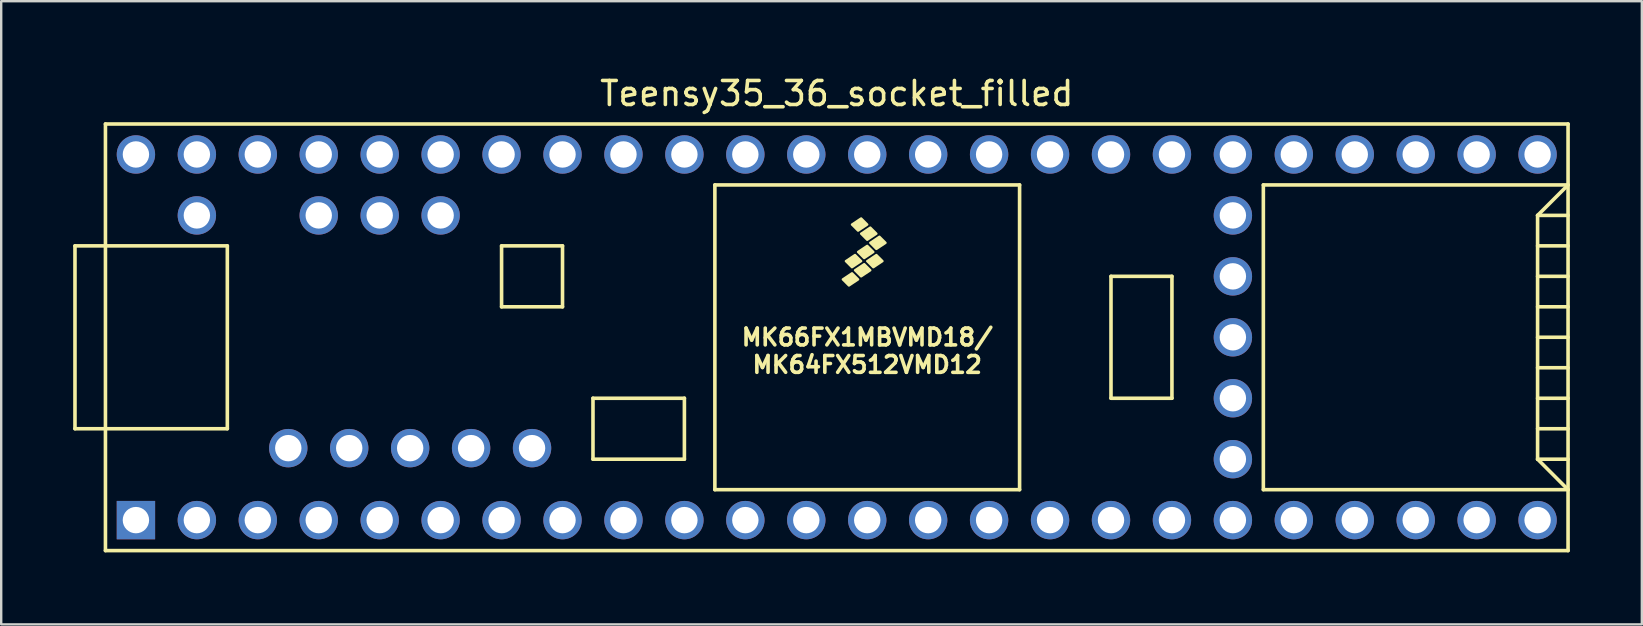
<source format=kicad_pcb>
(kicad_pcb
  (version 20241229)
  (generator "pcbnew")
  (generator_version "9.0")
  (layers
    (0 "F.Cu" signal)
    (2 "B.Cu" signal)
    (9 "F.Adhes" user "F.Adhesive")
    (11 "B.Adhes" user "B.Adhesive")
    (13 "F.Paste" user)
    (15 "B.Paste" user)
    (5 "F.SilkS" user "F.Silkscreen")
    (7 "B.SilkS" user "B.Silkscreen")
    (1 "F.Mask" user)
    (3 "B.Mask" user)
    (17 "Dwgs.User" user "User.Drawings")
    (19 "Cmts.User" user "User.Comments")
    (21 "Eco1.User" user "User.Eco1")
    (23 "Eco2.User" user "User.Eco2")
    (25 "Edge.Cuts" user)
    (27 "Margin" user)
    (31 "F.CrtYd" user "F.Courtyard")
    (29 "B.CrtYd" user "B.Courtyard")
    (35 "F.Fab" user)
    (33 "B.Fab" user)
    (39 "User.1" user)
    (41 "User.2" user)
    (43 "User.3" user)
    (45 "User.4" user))
  (footprint "Teensy35_36_socket_filled"
    (layer "F.Cu")
    (at 31.825 11.008)
    (property "Reference" "Teensy35_36_socket_filled" (at 0 -10.16 0) (layer "F.SilkS") (effects (font (size 1 1) (thickness 0.15))))
    (attr through_hole)
    (fp_line (start -31.75 -3.81) (end -30.48 -3.81) (stroke (width 0.15) (type solid)) (layer "F.SilkS"))
    (fp_line (start -31.75 3.81) (end -31.75 -3.81) (stroke (width 0.15) (type solid)) (layer "F.SilkS"))
    (fp_line (start -30.48 3.81) (end -31.75 3.81) (stroke (width 0.15) (type solid)) (layer "F.SilkS"))
    (fp_line (start -30.48 8.89) (end -30.48 -8.89) (stroke (width 0.15) (type solid)) (layer "F.SilkS"))
    (fp_line (start -30.48 8.89) (end 30.48 8.89) (stroke (width 0.15) (type solid)) (layer "F.SilkS"))
    (fp_line (start -25.4 -3.81) (end -30.48 -3.81) (stroke (width 0.15) (type solid)) (layer "F.SilkS"))
    (fp_line (start -25.4 3.81) (end -30.48 3.81) (stroke (width 0.15) (type solid)) (layer "F.SilkS"))
    (fp_line (start -25.4 3.81) (end -25.4 -3.81) (stroke (width 0.15) (type solid)) (layer "F.SilkS"))
    (fp_line (start -13.97 -3.81) (end -13.97 -1.27) (stroke (width 0.15) (type solid)) (layer "F.SilkS"))
    (fp_line (start -13.97 -1.27) (end -11.43 -1.27) (stroke (width 0.15) (type solid)) (layer "F.SilkS"))
    (fp_line (start -11.43 -3.81) (end -13.97 -3.81) (stroke (width 0.15) (type solid)) (layer "F.SilkS"))
    (fp_line (start -11.43 -1.27) (end -11.43 -3.81) (stroke (width 0.15) (type solid)) (layer "F.SilkS"))
    (fp_line (start -10.16 2.54) (end -6.35 2.54) (stroke (width 0.15) (type solid)) (layer "F.SilkS"))
    (fp_line (start -10.16 5.08) (end -10.16 2.54) (stroke (width 0.15) (type solid)) (layer "F.SilkS"))
    (fp_line (start -6.35 2.54) (end -6.35 5.08) (stroke (width 0.15) (type solid)) (layer "F.SilkS"))
    (fp_line (start -6.35 5.08) (end -10.16 5.08) (stroke (width 0.15) (type solid)) (layer "F.SilkS"))
    (fp_line (start -5.08 -6.35) (end -5.08 6.35) (stroke (width 0.15) (type solid)) (layer "F.SilkS"))
    (fp_line (start -5.08 -6.35) (end 7.62 -6.35) (stroke (width 0.15) (type solid)) (layer "F.SilkS"))
    (fp_line (start -5.08 6.35) (end 7.62 6.35) (stroke (width 0.15) (type solid)) (layer "F.SilkS"))
    (fp_line (start 7.62 6.35) (end 7.62 -6.35) (stroke (width 0.15) (type solid)) (layer "F.SilkS"))
    (fp_line (start 11.43 -2.54) (end 13.97 -2.54) (stroke (width 0.15) (type solid)) (layer "F.SilkS"))
    (fp_line (start 11.43 2.54) (end 11.43 -2.54) (stroke (width 0.15) (type solid)) (layer "F.SilkS"))
    (fp_line (start 13.97 -2.54) (end 13.97 2.54) (stroke (width 0.15) (type solid)) (layer "F.SilkS"))
    (fp_line (start 13.97 2.54) (end 11.43 2.54) (stroke (width 0.15) (type solid)) (layer "F.SilkS"))
    (fp_line (start 17.78 -6.35) (end 17.78 6.35) (stroke (width 0.15) (type solid)) (layer "F.SilkS"))
    (fp_line (start 17.78 6.35) (end 30.48 6.35) (stroke (width 0.15) (type solid)) (layer "F.SilkS"))
    (fp_line (start 29.21 -5.08) (end 30.48 -6.35) (stroke (width 0.15) (type solid)) (layer "F.SilkS"))
    (fp_line (start 29.21 -5.08) (end 30.48 -5.08) (stroke (width 0.15) (type solid)) (layer "F.SilkS"))
    (fp_line (start 29.21 -3.81) (end 30.48 -3.81) (stroke (width 0.15) (type solid)) (layer "F.SilkS"))
    (fp_line (start 29.21 -2.54) (end 30.48 -2.54) (stroke (width 0.15) (type solid)) (layer "F.SilkS"))
    (fp_line (start 29.21 -1.27) (end 30.48 -1.27) (stroke (width 0.15) (type solid)) (layer "F.SilkS"))
    (fp_line (start 29.21 0) (end 30.48 0) (stroke (width 0.15) (type solid)) (layer "F.SilkS"))
    (fp_line (start 29.21 1.27) (end 30.48 1.27) (stroke (width 0.15) (type solid)) (layer "F.SilkS"))
    (fp_line (start 29.21 2.54) (end 30.48 2.54) (stroke (width 0.15) (type solid)) (layer "F.SilkS"))
    (fp_line (start 29.21 3.81) (end 30.48 3.81) (stroke (width 0.15) (type solid)) (layer "F.SilkS"))
    (fp_line (start 29.21 5.08) (end 29.21 -5.08) (stroke (width 0.15) (type solid)) (layer "F.SilkS"))
    (fp_line (start 29.21 5.08) (end 30.48 5.08) (stroke (width 0.15) (type solid)) (layer "F.SilkS"))
    (fp_line (start 30.48 -8.89) (end -30.48 -8.89) (stroke (width 0.15) (type solid)) (layer "F.SilkS"))
    (fp_line (start 30.48 -8.89) (end 30.48 8.89) (stroke (width 0.15) (type solid)) (layer "F.SilkS"))
    (fp_line (start 30.48 -6.35) (end 17.78 -6.35) (stroke (width 0.15) (type solid)) (layer "F.SilkS"))
    (fp_line (start 30.48 6.35) (end 29.21 5.08) (stroke (width 0.15) (type solid)) (layer "F.SilkS"))
    (fp_poly (pts (xy 0.635 -2.667) (xy 0.889 -2.413) (xy 0.508 -2.159) (xy 0.254 -2.413)) (stroke (width 0.1) (type solid)) (fill yes) (layer "F.SilkS"))
    (fp_poly (pts (xy 0.762 -3.429) (xy 1.016 -3.175) (xy 0.635 -2.921) (xy 0.381 -3.175)) (stroke (width 0.1) (type solid)) (fill yes) (layer "F.SilkS"))
    (fp_poly (pts (xy 1.016 -4.953) (xy 1.27 -4.699) (xy 0.889 -4.445) (xy 0.635 -4.699)) (stroke (width 0.1) (type solid)) (fill yes) (layer "F.SilkS"))
    (fp_poly (pts (xy 1.143 -3.048) (xy 1.397 -2.794) (xy 1.016 -2.54) (xy 0.762 -2.794)) (stroke (width 0.1) (type solid)) (fill yes) (layer "F.SilkS"))
    (fp_poly (pts (xy 1.27 -3.81) (xy 1.524 -3.556) (xy 1.143 -3.302) (xy 0.889 -3.556)) (stroke (width 0.1) (type solid)) (fill yes) (layer "F.SilkS"))
    (fp_poly (pts (xy 1.397 -4.572) (xy 1.651 -4.318) (xy 1.27 -4.064) (xy 1.016 -4.318)) (stroke (width 0.1) (type solid)) (fill yes) (layer "F.SilkS"))
    (fp_poly (pts (xy 1.651 -3.429) (xy 1.905 -3.175) (xy 1.524 -2.921) (xy 1.27 -3.175)) (stroke (width 0.1) (type solid)) (fill yes) (layer "F.SilkS"))
    (fp_poly (pts (xy 1.778 -4.191) (xy 2.032 -3.937) (xy 1.651 -3.683) (xy 1.397 -3.937)) (stroke (width 0.1) (type solid)) (fill yes) (layer "F.SilkS"))
    (fp_text user "MK64FX512VMD12" (at 1.27 1.143 0) (layer "F.SilkS") (effects (font (size 0.7 0.7) (thickness 0.15))))
    (fp_text user "MK66FX1MBVMD18/" (at 1.27 0 0) (layer "F.SilkS") (effects (font (size 0.7 0.7) (thickness 0.15))))
    (pad "1" thru_hole rect (at -29.21 7.62) (size 1.6 1.6) (drill 1.1) (layers "*.Cu" "*.Mask"))
    (pad "2" thru_hole circle (at -26.67 7.62) (size 1.6 1.6) (drill 1.1) (layers "*.Cu" "*.Mask"))
    (pad "3" thru_hole circle (at -24.13 7.62) (size 1.6 1.6) (drill 1.1) (layers "*.Cu" "*.Mask"))
    (pad "4" thru_hole circle (at -21.59 7.62) (size 1.6 1.6) (drill 1.1) (layers "*.Cu" "*.Mask"))
    (pad "5" thru_hole circle (at -19.05 7.62) (size 1.6 1.6) (drill 1.1) (layers "*.Cu" "*.Mask"))
    (pad "6" thru_hole circle (at -16.51 7.62) (size 1.6 1.6) (drill 1.1) (layers "*.Cu" "*.Mask"))
    (pad "7" thru_hole circle (at -13.97 7.62) (size 1.6 1.6) (drill 1.1) (layers "*.Cu" "*.Mask"))
    (pad "8" thru_hole circle (at -11.43 7.62) (size 1.6 1.6) (drill 1.1) (layers "*.Cu" "*.Mask"))
    (pad "9" thru_hole circle (at -8.89 7.62) (size 1.6 1.6) (drill 1.1) (layers "*.Cu" "*.Mask"))
    (pad "10" thru_hole circle (at -6.35 7.62) (size 1.6 1.6) (drill 1.1) (layers "*.Cu" "*.Mask"))
    (pad "11" thru_hole circle (at -3.81 7.62) (size 1.6 1.6) (drill 1.1) (layers "*.Cu" "*.Mask"))
    (pad "12" thru_hole circle (at -1.27 7.62) (size 1.6 1.6) (drill 1.1) (layers "*.Cu" "*.Mask"))
    (pad "13" thru_hole circle (at 1.27 7.62) (size 1.6 1.6) (drill 1.1) (layers "*.Cu" "*.Mask"))
    (pad "14" thru_hole circle (at 3.81 7.62) (size 1.6 1.6) (drill 1.1) (layers "*.Cu" "*.Mask"))
    (pad "15" thru_hole circle (at 6.35 7.62) (size 1.6 1.6) (drill 1.1) (layers "*.Cu" "*.Mask"))
    (pad "16" thru_hole circle (at 8.89 7.62) (size 1.6 1.6) (drill 1.1) (layers "*.Cu" "*.Mask"))
    (pad "17" thru_hole circle (at 11.43 7.62) (size 1.6 1.6) (drill 1.1) (layers "*.Cu" "*.Mask"))
    (pad "18" thru_hole circle (at 13.97 7.62) (size 1.6 1.6) (drill 1.1) (layers "*.Cu" "*.Mask"))
    (pad "19" thru_hole circle (at 16.51 7.62) (size 1.6 1.6) (drill 1.1) (layers "*.Cu" "*.Mask"))
    (pad "20" thru_hole circle (at 19.05 7.62) (size 1.6 1.6) (drill 1.1) (layers "*.Cu" "*.Mask"))
    (pad "21" thru_hole circle (at 21.59 7.62) (size 1.6 1.6) (drill 1.1) (layers "*.Cu" "*.Mask"))
    (pad "22" thru_hole circle (at 24.13 7.62) (size 1.6 1.6) (drill 1.1) (layers "*.Cu" "*.Mask"))
    (pad "23" thru_hole circle (at 26.67 7.62) (size 1.6 1.6) (drill 1.1) (layers "*.Cu" "*.Mask"))
    (pad "24" thru_hole circle (at 29.21 7.62) (size 1.6 1.6) (drill 1.1) (layers "*.Cu" "*.Mask"))
    (pad "25" thru_hole circle (at 16.51 5.08) (size 1.6 1.6) (drill 1.1) (layers "*.Cu" "*.Mask"))
    (pad "26" thru_hole circle (at 16.51 2.54) (size 1.6 1.6) (drill 1.1) (layers "*.Cu" "*.Mask"))
    (pad "27" thru_hole circle (at 16.51 0) (size 1.6 1.6) (drill 1.1) (layers "*.Cu" "*.Mask"))
    (pad "28" thru_hole circle (at 16.51 -2.54) (size 1.6 1.6) (drill 1.1) (layers "*.Cu" "*.Mask"))
    (pad "29" thru_hole circle (at 16.51 -5.08) (size 1.6 1.6) (drill 1.1) (layers "*.Cu" "*.Mask"))
    (pad "30" thru_hole circle (at 29.21 -7.62) (size 1.6 1.6) (drill 1.1) (layers "*.Cu" "*.Mask"))
    (pad "31" thru_hole circle (at 26.67 -7.62) (size 1.6 1.6) (drill 1.1) (layers "*.Cu" "*.Mask"))
    (pad "32" thru_hole circle (at 24.13 -7.62) (size 1.6 1.6) (drill 1.1) (layers "*.Cu" "*.Mask"))
    (pad "33" thru_hole circle (at 21.59 -7.62) (size 1.6 1.6) (drill 1.1) (layers "*.Cu" "*.Mask"))
    (pad "34" thru_hole circle (at 19.05 -7.62) (size 1.6 1.6) (drill 1.1) (layers "*.Cu" "*.Mask"))
    (pad "35" thru_hole circle (at 16.51 -7.62) (size 1.6 1.6) (drill 1.1) (layers "*.Cu" "*.Mask"))
    (pad "36" thru_hole circle (at 13.97 -7.62) (size 1.6 1.6) (drill 1.1) (layers "*.Cu" "*.Mask"))
    (pad "37" thru_hole circle (at 11.43 -7.62) (size 1.6 1.6) (drill 1.1) (layers "*.Cu" "*.Mask"))
    (pad "38" thru_hole circle (at 8.89 -7.62) (size 1.6 1.6) (drill 1.1) (layers "*.Cu" "*.Mask"))
    (pad "39" thru_hole circle (at 6.35 -7.62) (size 1.6 1.6) (drill 1.1) (layers "*.Cu" "*.Mask"))
    (pad "40" thru_hole circle (at 3.81 -7.62) (size 1.6 1.6) (drill 1.1) (layers "*.Cu" "*.Mask"))
    (pad "41" thru_hole circle (at 1.27 -7.62) (size 1.6 1.6) (drill 1.1) (layers "*.Cu" "*.Mask"))
    (pad "42" thru_hole circle (at -1.27 -7.62) (size 1.6 1.6) (drill 1.1) (layers "*.Cu" "*.Mask"))
    (pad "43" thru_hole circle (at -3.81 -7.62) (size 1.6 1.6) (drill 1.1) (layers "*.Cu" "*.Mask"))
    (pad "44" thru_hole circle (at -6.35 -7.62) (size 1.6 1.6) (drill 1.1) (layers "*.Cu" "*.Mask"))
    (pad "45" thru_hole circle (at -8.89 -7.62) (size 1.6 1.6) (drill 1.1) (layers "*.Cu" "*.Mask"))
    (pad "46" thru_hole circle (at -11.43 -7.62) (size 1.6 1.6) (drill 1.1) (layers "*.Cu" "*.Mask"))
    (pad "47" thru_hole circle (at -13.97 -7.62) (size 1.6 1.6) (drill 1.1) (layers "*.Cu" "*.Mask"))
    (pad "48" thru_hole circle (at -16.51 -7.62) (size 1.6 1.6) (drill 1.1) (layers "*.Cu" "*.Mask"))
    (pad "49" thru_hole circle (at -19.05 -7.62) (size 1.6 1.6) (drill 1.1) (layers "*.Cu" "*.Mask"))
    (pad "50" thru_hole circle (at -21.59 -7.62) (size 1.6 1.6) (drill 1.1) (layers "*.Cu" "*.Mask"))
    (pad "51" thru_hole circle (at -24.13 -7.62) (size 1.6 1.6) (drill 1.1) (layers "*.Cu" "*.Mask"))
    (pad "52" thru_hole circle (at -26.67 -7.62) (size 1.6 1.6) (drill 1.1) (layers "*.Cu" "*.Mask"))
    (pad "53" thru_hole circle (at -29.21 -7.62) (size 1.6 1.6) (drill 1.1) (layers "*.Cu" "*.Mask"))
    (pad "54" thru_hole circle (at -26.67 -5.08) (size 1.6 1.6) (drill 1.1) (layers "*.Cu" "*.Mask"))
    (pad "55" thru_hole circle (at -21.59 -5.08) (size 1.6 1.6) (drill 1.1) (layers "*.Cu" "*.Mask"))
    (pad "56" thru_hole circle (at -19.05 -5.08) (size 1.6 1.6) (drill 1.1) (layers "*.Cu" "*.Mask"))
    (pad "57" thru_hole circle (at -16.51 -5.08) (size 1.6 1.6) (drill 1.1) (layers "*.Cu" "*.Mask"))
    (pad "58" thru_hole circle (at -22.86 4.62) (size 1.6 1.6) (drill 1.1) (layers "*.Cu" "*.Mask"))
    (pad "59" thru_hole circle (at -20.32 4.62) (size 1.6 1.6) (drill 1.1) (layers "*.Cu" "*.Mask"))
    (pad "60" thru_hole circle (at -17.78 4.62) (size 1.6 1.6) (drill 1.1) (layers "*.Cu" "*.Mask"))
    (pad "61" thru_hole circle (at -15.24 4.62) (size 1.6 1.6) (drill 1.1) (layers "*.Cu" "*.Mask"))
    (pad "62" thru_hole circle (at -12.7 4.62) (size 1.6 1.6) (drill 1.1) (layers "*.Cu" "*.Mask")))
  (gr_rect
    (start -3 -3)
    (end 65.38 22.973)
    (stroke (width 0.1) (type default))
    (fill no)
    (layer "Edge.Cuts")))
</source>
